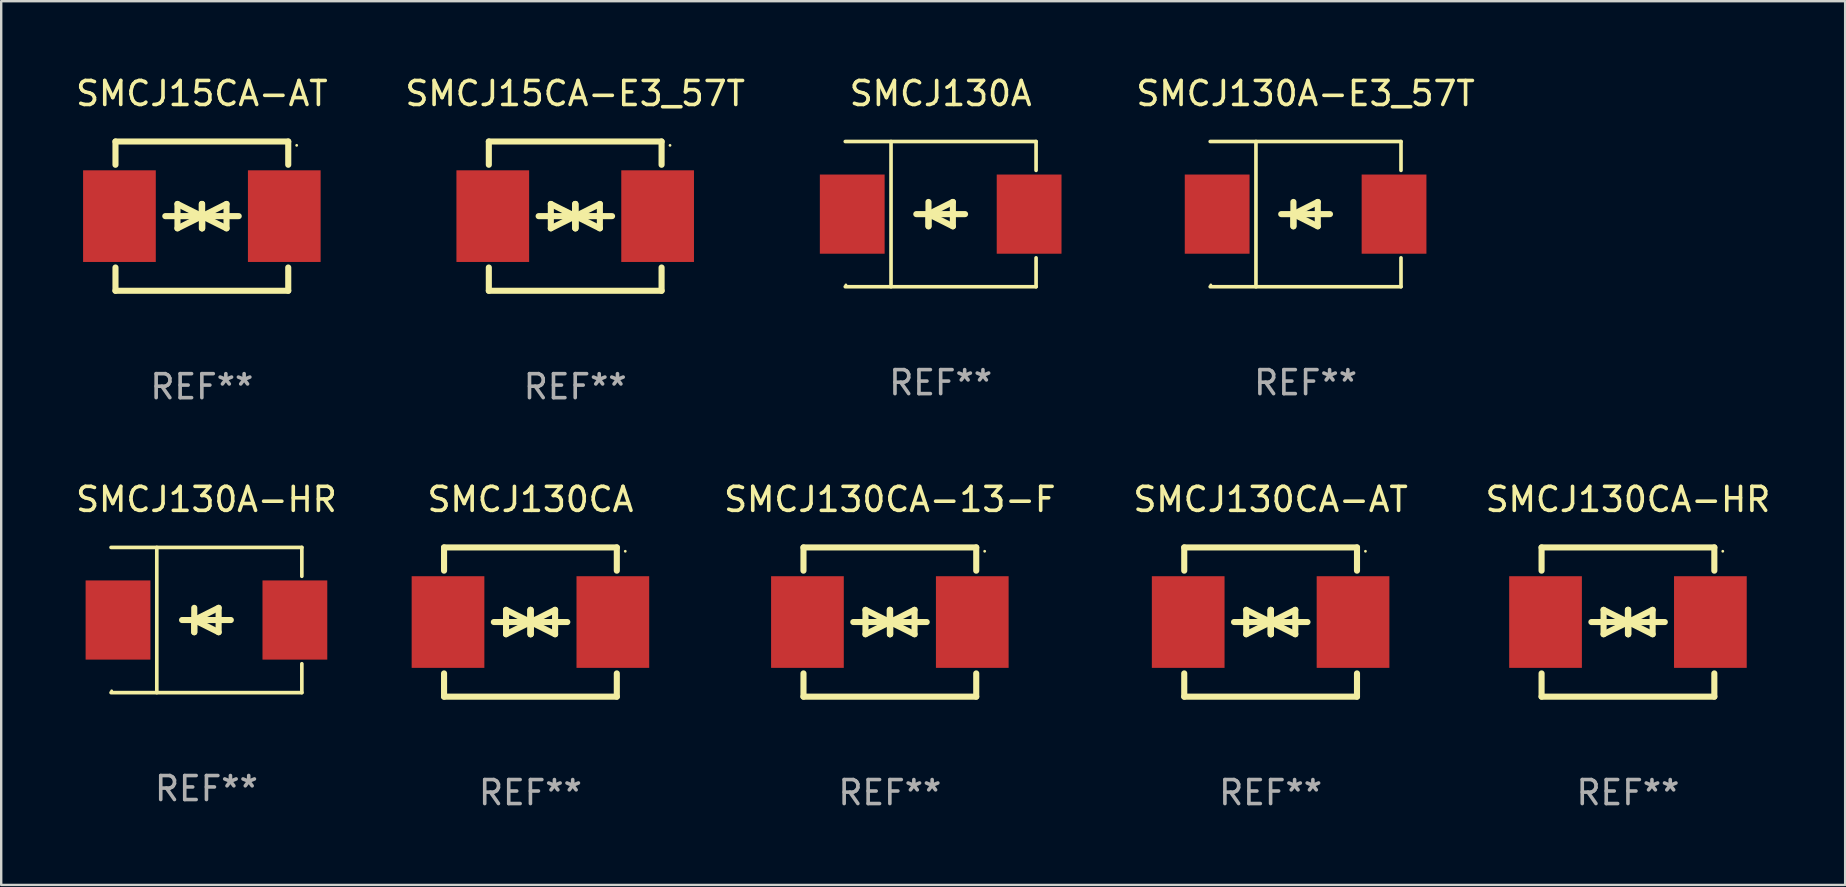
<source format=kicad_pcb>
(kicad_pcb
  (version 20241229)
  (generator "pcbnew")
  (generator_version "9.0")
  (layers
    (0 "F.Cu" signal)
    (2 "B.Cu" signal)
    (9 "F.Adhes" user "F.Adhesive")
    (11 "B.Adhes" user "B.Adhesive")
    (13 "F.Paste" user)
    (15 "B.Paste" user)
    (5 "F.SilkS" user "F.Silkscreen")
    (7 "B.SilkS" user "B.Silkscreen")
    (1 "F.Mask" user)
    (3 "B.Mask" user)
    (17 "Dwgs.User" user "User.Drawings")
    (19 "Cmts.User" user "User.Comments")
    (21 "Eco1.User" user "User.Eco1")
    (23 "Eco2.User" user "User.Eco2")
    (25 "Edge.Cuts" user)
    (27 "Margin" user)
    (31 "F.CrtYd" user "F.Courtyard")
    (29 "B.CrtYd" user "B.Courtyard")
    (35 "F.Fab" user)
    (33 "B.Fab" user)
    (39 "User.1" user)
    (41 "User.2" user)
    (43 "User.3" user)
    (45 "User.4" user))
  (footprint "SMCJ130A-E3_57T"
    (layer "F.Cu")
    (at 51.364 5.874)
    (property "Reference" "SMCJ130A-E3_57T" (at 0 -5.026 0) (layer "F.SilkS") (effects (font (size 1 1) (thickness 0.15))))
    (attr through_hole)
    (fp_line (start -3.976 -3.026) (end 3.976 -3.026) (stroke (width 0.152) (type solid)) (layer "F.SilkS"))
    (fp_line (start -3.976 3.026) (end 3.976 3.026) (stroke (width 0.152) (type solid)) (layer "F.SilkS"))
    (fp_line (start -2.069 -3.026) (end -2.069 3.026) (stroke (width 0.152) (type solid)) (layer "F.SilkS"))
    (fp_line (start -0.508 0) (end -0.508 0.508) (stroke (width 0.254) (type solid)) (layer "F.SilkS"))
    (fp_line (start -0.508 0) (end 0.508 0.508) (stroke (width 0.254) (type solid)) (layer "F.SilkS"))
    (fp_line (start -0.508 0.508) (end -0.508 -0.508) (stroke (width 0.254) (type solid)) (layer "F.SilkS"))
    (fp_line (start 0.508 -0.508) (end -0.508 0) (stroke (width 0.254) (type solid)) (layer "F.SilkS"))
    (fp_line (start 0.508 0.508) (end 0.508 -0.508) (stroke (width 0.254) (type solid)) (layer "F.SilkS"))
    (fp_line (start 1.016 0) (end -1.016 0) (stroke (width 0.254) (type solid)) (layer "F.SilkS"))
    (fp_line (start 3.976 -3.026) (end 3.976 -1.823) (stroke (width 0.152) (type solid)) (layer "F.SilkS"))
    (fp_line (start 3.976 3.026) (end 3.976 1.823) (stroke (width 0.152) (type solid)) (layer "F.SilkS"))
    (fp_circle (center -3.95 2.95) (end -3.92 2.95) (stroke (width 0.06) (type solid)) (fill no) (layer "F.SilkS"))
    (fp_text user "REF**" (at 0 7.026 0) (layer "F.Fab") (effects (font (size 1 1) (thickness 0.15))))
    (pad "1" smd rect (at -3.686 0) (size 2.7 3.3) (layers "F.Cu" "F.Mask" "F.Paste"))
    (pad "2" smd rect (at 3.686 0) (size 2.7 3.3) (layers "F.Cu" "F.Mask" "F.Paste")))
  (footprint "SMCJ15CA-AT"
    (layer "F.Cu")
    (at 5.363 5.958)
    (property "Reference" "SMCJ15CA-AT" (at 0 -5.11 0) (layer "F.SilkS") (effects (font (size 1 1) (thickness 0.15))))
    (attr through_hole)
    (fp_line (start -3.6 -2.141) (end -3.6 -3.11) (stroke (width 0.254) (type solid)) (layer "F.SilkS"))
    (fp_line (start -3.6 3.11) (end -3.6 2.141) (stroke (width 0.254) (type solid)) (layer "F.SilkS"))
    (fp_line (start -1.524 0) (end 0.508 0) (stroke (width 0.254) (type solid)) (layer "F.SilkS"))
    (fp_line (start -1.016 -0.508) (end -1.016 0.508) (stroke (width 0.254) (type solid)) (layer "F.SilkS"))
    (fp_line (start -1.016 0.508) (end 0 0) (stroke (width 0.254) (type solid)) (layer "F.SilkS"))
    (fp_line (start 0 -0.508) (end 0 0.508) (stroke (width 0.254) (type solid)) (layer "F.SilkS"))
    (fp_line (start 0 0) (end -1.016 -0.508) (stroke (width 0.254) (type solid)) (layer "F.SilkS"))
    (fp_line (start 0 0) (end 0 -0.508) (stroke (width 0.254) (type solid)) (layer "F.SilkS"))
    (fp_line (start 0.012 0) (end 0.012 0.508) (stroke (width 0.254) (type solid)) (layer "F.SilkS"))
    (fp_line (start 0.012 0) (end 1.028 0.508) (stroke (width 0.254) (type solid)) (layer "F.SilkS"))
    (fp_line (start 0.012 0.508) (end 0.012 -0.508) (stroke (width 0.254) (type solid)) (layer "F.SilkS"))
    (fp_line (start 1.028 -0.508) (end 0.012 0) (stroke (width 0.254) (type solid)) (layer "F.SilkS"))
    (fp_line (start 1.028 0.508) (end 1.028 -0.508) (stroke (width 0.254) (type solid)) (layer "F.SilkS"))
    (fp_line (start 1.536 0) (end -0.496 0) (stroke (width 0.254) (type solid)) (layer "F.SilkS"))
    (fp_line (start 3.6 -3.11) (end -3.6 -3.11) (stroke (width 0.254) (type solid)) (layer "F.SilkS"))
    (fp_line (start 3.6 -2.141) (end 3.6 -3.11) (stroke (width 0.254) (type solid)) (layer "F.SilkS"))
    (fp_line (start 3.6 3.11) (end -3.6 3.11) (stroke (width 0.254) (type solid)) (layer "F.SilkS"))
    (fp_line (start 3.6 3.11) (end 3.6 2.141) (stroke (width 0.254) (type solid)) (layer "F.SilkS"))
    (fp_circle (center 3.952 -2.95) (end 3.982 -2.95) (stroke (width 0.06) (type solid)) (fill no) (layer "F.SilkS"))
    (fp_text user "REF**" (at 0 7.11 0) (layer "F.Fab") (effects (font (size 1 1) (thickness 0.15))))
    (pad "1" smd rect (at 3.435 0) (size 3.03 3.82) (layers "F.Cu" "F.Mask" "F.Paste"))
    (pad "2" smd rect (at -3.435 0) (size 3.03 3.82) (layers "F.Cu" "F.Mask" "F.Paste")))
  (footprint "SMCJ130CA-HR"
    (layer "F.Cu")
    (at 64.799 22.875)
    (property "Reference" "SMCJ130CA-HR" (at 0 -5.11 0) (layer "F.SilkS") (effects (font (size 1 1) (thickness 0.15))))
    (attr through_hole)
    (fp_line (start -3.6 -2.141) (end -3.6 -3.11) (stroke (width 0.254) (type solid)) (layer "F.SilkS"))
    (fp_line (start -3.6 3.11) (end -3.6 2.141) (stroke (width 0.254) (type solid)) (layer "F.SilkS"))
    (fp_line (start -1.524 0) (end 0.508 0) (stroke (width 0.254) (type solid)) (layer "F.SilkS"))
    (fp_line (start -1.016 -0.508) (end -1.016 0.508) (stroke (width 0.254) (type solid)) (layer "F.SilkS"))
    (fp_line (start -1.016 0.508) (end 0 0) (stroke (width 0.254) (type solid)) (layer "F.SilkS"))
    (fp_line (start 0 -0.508) (end 0 0.508) (stroke (width 0.254) (type solid)) (layer "F.SilkS"))
    (fp_line (start 0 0) (end -1.016 -0.508) (stroke (width 0.254) (type solid)) (layer "F.SilkS"))
    (fp_line (start 0 0) (end 0 -0.508) (stroke (width 0.254) (type solid)) (layer "F.SilkS"))
    (fp_line (start 0.012 0) (end 0.012 0.508) (stroke (width 0.254) (type solid)) (layer "F.SilkS"))
    (fp_line (start 0.012 0) (end 1.028 0.508) (stroke (width 0.254) (type solid)) (layer "F.SilkS"))
    (fp_line (start 0.012 0.508) (end 0.012 -0.508) (stroke (width 0.254) (type solid)) (layer "F.SilkS"))
    (fp_line (start 1.028 -0.508) (end 0.012 0) (stroke (width 0.254) (type solid)) (layer "F.SilkS"))
    (fp_line (start 1.028 0.508) (end 1.028 -0.508) (stroke (width 0.254) (type solid)) (layer "F.SilkS"))
    (fp_line (start 1.536 0) (end -0.496 0) (stroke (width 0.254) (type solid)) (layer "F.SilkS"))
    (fp_line (start 3.6 -3.11) (end -3.6 -3.11) (stroke (width 0.254) (type solid)) (layer "F.SilkS"))
    (fp_line (start 3.6 -2.141) (end 3.6 -3.11) (stroke (width 0.254) (type solid)) (layer "F.SilkS"))
    (fp_line (start 3.6 3.11) (end -3.6 3.11) (stroke (width 0.254) (type solid)) (layer "F.SilkS"))
    (fp_line (start 3.6 3.11) (end 3.6 2.141) (stroke (width 0.254) (type solid)) (layer "F.SilkS"))
    (fp_circle (center 3.952 -2.95) (end 3.982 -2.95) (stroke (width 0.06) (type solid)) (fill no) (layer "F.SilkS"))
    (fp_text user "REF**" (at 0 7.11 0) (layer "F.Fab") (effects (font (size 1 1) (thickness 0.15))))
    (pad "1" smd rect (at 3.435 0) (size 3.03 3.82) (layers "F.Cu" "F.Mask" "F.Paste"))
    (pad "2" smd rect (at -3.435 0) (size 3.03 3.82) (layers "F.Cu" "F.Mask" "F.Paste")))
  (footprint "SMCJ130CA"
    (layer "F.Cu")
    (at 19.057 22.875)
    (property "Reference" "SMCJ130CA" (at 0 -5.11 0) (layer "F.SilkS") (effects (font (size 1 1) (thickness 0.15))))
    (attr through_hole)
    (fp_line (start -3.6 -2.141) (end -3.6 -3.11) (stroke (width 0.254) (type solid)) (layer "F.SilkS"))
    (fp_line (start -3.6 3.11) (end -3.6 2.141) (stroke (width 0.254) (type solid)) (layer "F.SilkS"))
    (fp_line (start -1.524 0) (end 0.508 0) (stroke (width 0.254) (type solid)) (layer "F.SilkS"))
    (fp_line (start -1.016 -0.508) (end -1.016 0.508) (stroke (width 0.254) (type solid)) (layer "F.SilkS"))
    (fp_line (start -1.016 0.508) (end 0 0) (stroke (width 0.254) (type solid)) (layer "F.SilkS"))
    (fp_line (start 0 -0.508) (end 0 0.508) (stroke (width 0.254) (type solid)) (layer "F.SilkS"))
    (fp_line (start 0 0) (end -1.016 -0.508) (stroke (width 0.254) (type solid)) (layer "F.SilkS"))
    (fp_line (start 0 0) (end 0 -0.508) (stroke (width 0.254) (type solid)) (layer "F.SilkS"))
    (fp_line (start 0.012 0) (end 0.012 0.508) (stroke (width 0.254) (type solid)) (layer "F.SilkS"))
    (fp_line (start 0.012 0) (end 1.028 0.508) (stroke (width 0.254) (type solid)) (layer "F.SilkS"))
    (fp_line (start 0.012 0.508) (end 0.012 -0.508) (stroke (width 0.254) (type solid)) (layer "F.SilkS"))
    (fp_line (start 1.028 -0.508) (end 0.012 0) (stroke (width 0.254) (type solid)) (layer "F.SilkS"))
    (fp_line (start 1.028 0.508) (end 1.028 -0.508) (stroke (width 0.254) (type solid)) (layer "F.SilkS"))
    (fp_line (start 1.536 0) (end -0.496 0) (stroke (width 0.254) (type solid)) (layer "F.SilkS"))
    (fp_line (start 3.6 -3.11) (end -3.6 -3.11) (stroke (width 0.254) (type solid)) (layer "F.SilkS"))
    (fp_line (start 3.6 -2.141) (end 3.6 -3.11) (stroke (width 0.254) (type solid)) (layer "F.SilkS"))
    (fp_line (start 3.6 3.11) (end -3.6 3.11) (stroke (width 0.254) (type solid)) (layer "F.SilkS"))
    (fp_line (start 3.6 3.11) (end 3.6 2.141) (stroke (width 0.254) (type solid)) (layer "F.SilkS"))
    (fp_circle (center 3.952 -2.95) (end 3.982 -2.95) (stroke (width 0.06) (type solid)) (fill no) (layer "F.SilkS"))
    (fp_text user "REF**" (at 0 7.11 0) (layer "F.Fab") (effects (font (size 1 1) (thickness 0.15))))
    (pad "1" smd rect (at 3.435 0) (size 3.03 3.82) (layers "F.Cu" "F.Mask" "F.Paste"))
    (pad "2" smd rect (at -3.435 0) (size 3.03 3.82) (layers "F.Cu" "F.Mask" "F.Paste")))
  (footprint "SMCJ130A"
    (layer "F.Cu")
    (at 36.155 5.874)
    (property "Reference" "SMCJ130A" (at 0 -5.026 0) (layer "F.SilkS") (effects (font (size 1 1) (thickness 0.15))))
    (attr through_hole)
    (fp_line (start -3.976 -3.026) (end 3.976 -3.026) (stroke (width 0.152) (type solid)) (layer "F.SilkS"))
    (fp_line (start -3.976 3.026) (end 3.976 3.026) (stroke (width 0.152) (type solid)) (layer "F.SilkS"))
    (fp_line (start -2.069 -3.026) (end -2.069 3.026) (stroke (width 0.152) (type solid)) (layer "F.SilkS"))
    (fp_line (start -0.508 0) (end -0.508 0.508) (stroke (width 0.254) (type solid)) (layer "F.SilkS"))
    (fp_line (start -0.508 0) (end 0.508 0.508) (stroke (width 0.254) (type solid)) (layer "F.SilkS"))
    (fp_line (start -0.508 0.508) (end -0.508 -0.508) (stroke (width 0.254) (type solid)) (layer "F.SilkS"))
    (fp_line (start 0.508 -0.508) (end -0.508 0) (stroke (width 0.254) (type solid)) (layer "F.SilkS"))
    (fp_line (start 0.508 0.508) (end 0.508 -0.508) (stroke (width 0.254) (type solid)) (layer "F.SilkS"))
    (fp_line (start 1.016 0) (end -1.016 0) (stroke (width 0.254) (type solid)) (layer "F.SilkS"))
    (fp_line (start 3.976 -3.026) (end 3.976 -1.823) (stroke (width 0.152) (type solid)) (layer "F.SilkS"))
    (fp_line (start 3.976 3.026) (end 3.976 1.823) (stroke (width 0.152) (type solid)) (layer "F.SilkS"))
    (fp_circle (center -3.95 2.95) (end -3.92 2.95) (stroke (width 0.06) (type solid)) (fill no) (layer "F.SilkS"))
    (fp_text user "REF**" (at 0 7.026 0) (layer "F.Fab") (effects (font (size 1 1) (thickness 0.15))))
    (pad "1" smd rect (at -3.686 0) (size 2.7 3.3) (layers "F.Cu" "F.Mask" "F.Paste"))
    (pad "2" smd rect (at 3.686 0) (size 2.7 3.3) (layers "F.Cu" "F.Mask" "F.Paste")))
  (footprint "SMCJ15CA-E3_57T"
    (layer "F.Cu")
    (at 20.923 5.958)
    (property "Reference" "SMCJ15CA-E3_57T" (at 0 -5.11 0) (layer "F.SilkS") (effects (font (size 1 1) (thickness 0.15))))
    (attr through_hole)
    (fp_line (start -3.6 -2.141) (end -3.6 -3.11) (stroke (width 0.254) (type solid)) (layer "F.SilkS"))
    (fp_line (start -3.6 3.11) (end -3.6 2.141) (stroke (width 0.254) (type solid)) (layer "F.SilkS"))
    (fp_line (start -1.524 0) (end 0.508 0) (stroke (width 0.254) (type solid)) (layer "F.SilkS"))
    (fp_line (start -1.016 -0.508) (end -1.016 0.508) (stroke (width 0.254) (type solid)) (layer "F.SilkS"))
    (fp_line (start -1.016 0.508) (end 0 0) (stroke (width 0.254) (type solid)) (layer "F.SilkS"))
    (fp_line (start 0 -0.508) (end 0 0.508) (stroke (width 0.254) (type solid)) (layer "F.SilkS"))
    (fp_line (start 0 0) (end -1.016 -0.508) (stroke (width 0.254) (type solid)) (layer "F.SilkS"))
    (fp_line (start 0 0) (end 0 -0.508) (stroke (width 0.254) (type solid)) (layer "F.SilkS"))
    (fp_line (start 0.012 0) (end 0.012 0.508) (stroke (width 0.254) (type solid)) (layer "F.SilkS"))
    (fp_line (start 0.012 0) (end 1.028 0.508) (stroke (width 0.254) (type solid)) (layer "F.SilkS"))
    (fp_line (start 0.012 0.508) (end 0.012 -0.508) (stroke (width 0.254) (type solid)) (layer "F.SilkS"))
    (fp_line (start 1.028 -0.508) (end 0.012 0) (stroke (width 0.254) (type solid)) (layer "F.SilkS"))
    (fp_line (start 1.028 0.508) (end 1.028 -0.508) (stroke (width 0.254) (type solid)) (layer "F.SilkS"))
    (fp_line (start 1.536 0) (end -0.496 0) (stroke (width 0.254) (type solid)) (layer "F.SilkS"))
    (fp_line (start 3.6 -3.11) (end -3.6 -3.11) (stroke (width 0.254) (type solid)) (layer "F.SilkS"))
    (fp_line (start 3.6 -2.141) (end 3.6 -3.11) (stroke (width 0.254) (type solid)) (layer "F.SilkS"))
    (fp_line (start 3.6 3.11) (end -3.6 3.11) (stroke (width 0.254) (type solid)) (layer "F.SilkS"))
    (fp_line (start 3.6 3.11) (end 3.6 2.141) (stroke (width 0.254) (type solid)) (layer "F.SilkS"))
    (fp_circle (center 3.952 -2.95) (end 3.982 -2.95) (stroke (width 0.06) (type solid)) (fill no) (layer "F.SilkS"))
    (fp_text user "REF**" (at 0 7.11 0) (layer "F.Fab") (effects (font (size 1 1) (thickness 0.15))))
    (pad "1" smd rect (at 3.435 0) (size 3.03 3.82) (layers "F.Cu" "F.Mask" "F.Paste"))
    (pad "2" smd rect (at -3.435 0) (size 3.03 3.82) (layers "F.Cu" "F.Mask" "F.Paste")))
  (footprint "SMCJ130CA-13-F"
    (layer "F.Cu")
    (at 34.037 22.875)
    (property "Reference" "SMCJ130CA-13-F" (at 0 -5.11 0) (layer "F.SilkS") (effects (font (size 1 1) (thickness 0.15))))
    (attr through_hole)
    (fp_line (start -3.6 -2.141) (end -3.6 -3.11) (stroke (width 0.254) (type solid)) (layer "F.SilkS"))
    (fp_line (start -3.6 3.11) (end -3.6 2.141) (stroke (width 0.254) (type solid)) (layer "F.SilkS"))
    (fp_line (start -1.524 0) (end 0.508 0) (stroke (width 0.254) (type solid)) (layer "F.SilkS"))
    (fp_line (start -1.016 -0.508) (end -1.016 0.508) (stroke (width 0.254) (type solid)) (layer "F.SilkS"))
    (fp_line (start -1.016 0.508) (end 0 0) (stroke (width 0.254) (type solid)) (layer "F.SilkS"))
    (fp_line (start 0 -0.508) (end 0 0.508) (stroke (width 0.254) (type solid)) (layer "F.SilkS"))
    (fp_line (start 0 0) (end -1.016 -0.508) (stroke (width 0.254) (type solid)) (layer "F.SilkS"))
    (fp_line (start 0 0) (end 0 -0.508) (stroke (width 0.254) (type solid)) (layer "F.SilkS"))
    (fp_line (start 0.012 0) (end 0.012 0.508) (stroke (width 0.254) (type solid)) (layer "F.SilkS"))
    (fp_line (start 0.012 0) (end 1.028 0.508) (stroke (width 0.254) (type solid)) (layer "F.SilkS"))
    (fp_line (start 0.012 0.508) (end 0.012 -0.508) (stroke (width 0.254) (type solid)) (layer "F.SilkS"))
    (fp_line (start 1.028 -0.508) (end 0.012 0) (stroke (width 0.254) (type solid)) (layer "F.SilkS"))
    (fp_line (start 1.028 0.508) (end 1.028 -0.508) (stroke (width 0.254) (type solid)) (layer "F.SilkS"))
    (fp_line (start 1.536 0) (end -0.496 0) (stroke (width 0.254) (type solid)) (layer "F.SilkS"))
    (fp_line (start 3.6 -3.11) (end -3.6 -3.11) (stroke (width 0.254) (type solid)) (layer "F.SilkS"))
    (fp_line (start 3.6 -2.141) (end 3.6 -3.11) (stroke (width 0.254) (type solid)) (layer "F.SilkS"))
    (fp_line (start 3.6 3.11) (end -3.6 3.11) (stroke (width 0.254) (type solid)) (layer "F.SilkS"))
    (fp_line (start 3.6 3.11) (end 3.6 2.141) (stroke (width 0.254) (type solid)) (layer "F.SilkS"))
    (fp_circle (center 3.952 -2.95) (end 3.982 -2.95) (stroke (width 0.06) (type solid)) (fill no) (layer "F.SilkS"))
    (fp_text user "REF**" (at 0 7.11 0) (layer "F.Fab") (effects (font (size 1 1) (thickness 0.15))))
    (pad "1" smd rect (at 3.435 0) (size 3.03 3.82) (layers "F.Cu" "F.Mask" "F.Paste"))
    (pad "2" smd rect (at -3.435 0) (size 3.03 3.82) (layers "F.Cu" "F.Mask" "F.Paste")))
  (footprint "SMCJ130A-HR"
    (layer "F.Cu")
    (at 5.554 22.791)
    (property "Reference" "SMCJ130A-HR" (at 0 -5.026 0) (layer "F.SilkS") (effects (font (size 1 1) (thickness 0.15))))
    (attr through_hole)
    (fp_line (start -3.976 -3.026) (end 3.976 -3.026) (stroke (width 0.152) (type solid)) (layer "F.SilkS"))
    (fp_line (start -3.976 3.026) (end 3.976 3.026) (stroke (width 0.152) (type solid)) (layer "F.SilkS"))
    (fp_line (start -2.069 -3.026) (end -2.069 3.026) (stroke (width 0.152) (type solid)) (layer "F.SilkS"))
    (fp_line (start -0.508 0) (end -0.508 0.508) (stroke (width 0.254) (type solid)) (layer "F.SilkS"))
    (fp_line (start -0.508 0) (end 0.508 0.508) (stroke (width 0.254) (type solid)) (layer "F.SilkS"))
    (fp_line (start -0.508 0.508) (end -0.508 -0.508) (stroke (width 0.254) (type solid)) (layer "F.SilkS"))
    (fp_line (start 0.508 -0.508) (end -0.508 0) (stroke (width 0.254) (type solid)) (layer "F.SilkS"))
    (fp_line (start 0.508 0.508) (end 0.508 -0.508) (stroke (width 0.254) (type solid)) (layer "F.SilkS"))
    (fp_line (start 1.016 0) (end -1.016 0) (stroke (width 0.254) (type solid)) (layer "F.SilkS"))
    (fp_line (start 3.976 -3.026) (end 3.976 -1.823) (stroke (width 0.152) (type solid)) (layer "F.SilkS"))
    (fp_line (start 3.976 3.026) (end 3.976 1.823) (stroke (width 0.152) (type solid)) (layer "F.SilkS"))
    (fp_circle (center -3.95 2.95) (end -3.92 2.95) (stroke (width 0.06) (type solid)) (fill no) (layer "F.SilkS"))
    (fp_text user "REF**" (at 0 7.026 0) (layer "F.Fab") (effects (font (size 1 1) (thickness 0.15))))
    (pad "1" smd rect (at -3.686 0) (size 2.7 3.3) (layers "F.Cu" "F.Mask" "F.Paste"))
    (pad "2" smd rect (at 3.686 0) (size 2.7 3.3) (layers "F.Cu" "F.Mask" "F.Paste")))
  (footprint "SMCJ130CA-AT"
    (layer "F.Cu")
    (at 49.906 22.875)
    (property "Reference" "SMCJ130CA-AT" (at 0 -5.11 0) (layer "F.SilkS") (effects (font (size 1 1) (thickness 0.15))))
    (attr through_hole)
    (fp_line (start -3.6 -2.141) (end -3.6 -3.11) (stroke (width 0.254) (type solid)) (layer "F.SilkS"))
    (fp_line (start -3.6 3.11) (end -3.6 2.141) (stroke (width 0.254) (type solid)) (layer "F.SilkS"))
    (fp_line (start -1.524 0) (end 0.508 0) (stroke (width 0.254) (type solid)) (layer "F.SilkS"))
    (fp_line (start -1.016 -0.508) (end -1.016 0.508) (stroke (width 0.254) (type solid)) (layer "F.SilkS"))
    (fp_line (start -1.016 0.508) (end 0 0) (stroke (width 0.254) (type solid)) (layer "F.SilkS"))
    (fp_line (start 0 -0.508) (end 0 0.508) (stroke (width 0.254) (type solid)) (layer "F.SilkS"))
    (fp_line (start 0 0) (end -1.016 -0.508) (stroke (width 0.254) (type solid)) (layer "F.SilkS"))
    (fp_line (start 0 0) (end 0 -0.508) (stroke (width 0.254) (type solid)) (layer "F.SilkS"))
    (fp_line (start 0.012 0) (end 0.012 0.508) (stroke (width 0.254) (type solid)) (layer "F.SilkS"))
    (fp_line (start 0.012 0) (end 1.028 0.508) (stroke (width 0.254) (type solid)) (layer "F.SilkS"))
    (fp_line (start 0.012 0.508) (end 0.012 -0.508) (stroke (width 0.254) (type solid)) (layer "F.SilkS"))
    (fp_line (start 1.028 -0.508) (end 0.012 0) (stroke (width 0.254) (type solid)) (layer "F.SilkS"))
    (fp_line (start 1.028 0.508) (end 1.028 -0.508) (stroke (width 0.254) (type solid)) (layer "F.SilkS"))
    (fp_line (start 1.536 0) (end -0.496 0) (stroke (width 0.254) (type solid)) (layer "F.SilkS"))
    (fp_line (start 3.6 -3.11) (end -3.6 -3.11) (stroke (width 0.254) (type solid)) (layer "F.SilkS"))
    (fp_line (start 3.6 -2.141) (end 3.6 -3.11) (stroke (width 0.254) (type solid)) (layer "F.SilkS"))
    (fp_line (start 3.6 3.11) (end -3.6 3.11) (stroke (width 0.254) (type solid)) (layer "F.SilkS"))
    (fp_line (start 3.6 3.11) (end 3.6 2.141) (stroke (width 0.254) (type solid)) (layer "F.SilkS"))
    (fp_circle (center 3.952 -2.95) (end 3.982 -2.95) (stroke (width 0.06) (type solid)) (fill no) (layer "F.SilkS"))
    (fp_text user "REF**" (at 0 7.11 0) (layer "F.Fab") (effects (font (size 1 1) (thickness 0.15))))
    (pad "1" smd rect (at 3.435 0) (size 3.03 3.82) (layers "F.Cu" "F.Mask" "F.Paste"))
    (pad "2" smd rect (at -3.435 0) (size 3.03 3.82) (layers "F.Cu" "F.Mask" "F.Paste")))
  (gr_rect
    (start -3 -3)
    (end 73.852 33.833)
    (stroke (width 0.1) (type default))
    (fill no)
    (layer "Edge.Cuts")))
</source>
